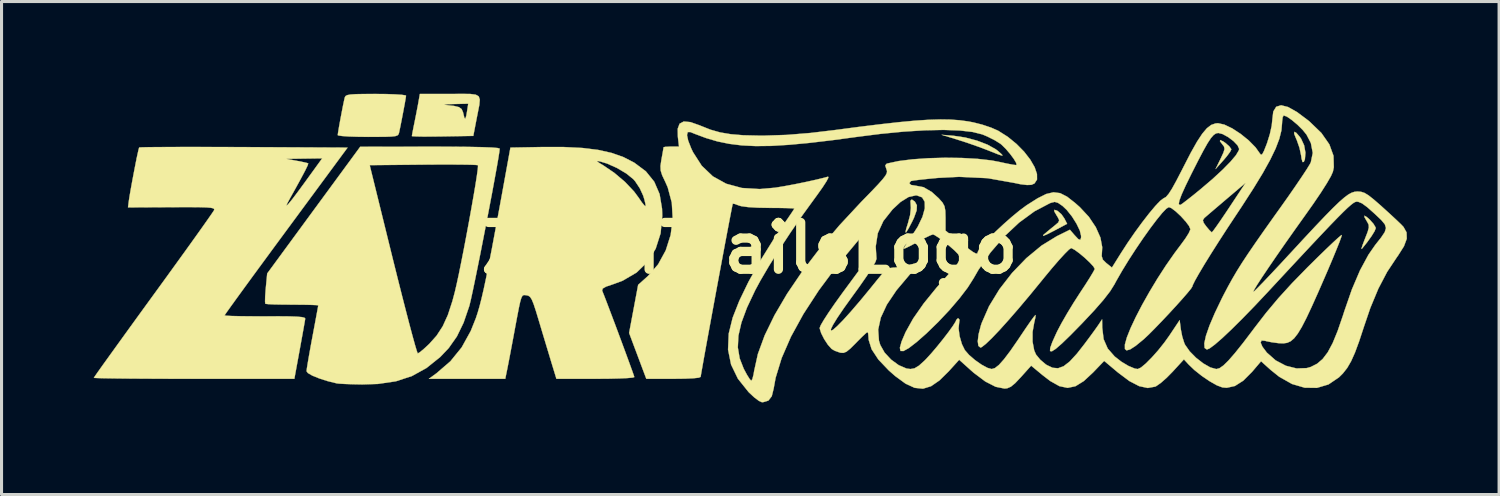
<source format=kicad_pcb>
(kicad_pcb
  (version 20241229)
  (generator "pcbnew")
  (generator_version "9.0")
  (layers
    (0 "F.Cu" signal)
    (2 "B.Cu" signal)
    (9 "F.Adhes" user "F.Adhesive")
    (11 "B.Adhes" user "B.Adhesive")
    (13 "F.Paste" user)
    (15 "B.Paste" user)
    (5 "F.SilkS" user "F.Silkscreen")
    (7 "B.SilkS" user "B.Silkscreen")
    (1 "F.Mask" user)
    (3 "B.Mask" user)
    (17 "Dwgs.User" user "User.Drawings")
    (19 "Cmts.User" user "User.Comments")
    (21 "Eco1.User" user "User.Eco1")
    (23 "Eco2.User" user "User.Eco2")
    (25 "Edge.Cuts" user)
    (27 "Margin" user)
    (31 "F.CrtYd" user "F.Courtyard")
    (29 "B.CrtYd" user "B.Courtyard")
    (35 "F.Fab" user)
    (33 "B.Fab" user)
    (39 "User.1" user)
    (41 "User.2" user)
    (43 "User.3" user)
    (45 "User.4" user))
  (footprint "ZueriTrailsLogo"
    (layer "F.Cu")
    (at 21.341 5.024)
    (property "Reference" "ZueriTrailsLogo" (at 0 0 0) (layer "F.SilkS") (effects (font (size 1.524 1.524) (thickness 0.3))))
    (attr through_hole)
    (fp_poly (pts (xy 17.797 -3.752) (xy 17.909 -3.623) (xy 17.955 -3.558) (xy 18.053 -3.344) (xy 18.096 -3.104) (xy 18.078 -2.889) (xy 18.042 -2.805) (xy 18.001 -2.799) (xy 17.968 -2.918) (xy 17.956 -3.008) (xy 17.903 -3.259) (xy 17.815 -3.512) (xy 17.795 -3.556) (xy 17.729 -3.719) (xy 17.734 -3.784) (xy 17.797 -3.752)) (stroke (width 0.01) (type solid)) (fill yes) (layer "F.SilkS"))
    (fp_poly (pts (xy 5.383 -1.513) (xy 5.385 -1.511) (xy 5.45 -1.392) (xy 5.442 -1.225) (xy 5.356 -0.989) (xy 5.298 -0.866) (xy 5.176 -0.633) (xy 5.103 -0.516) (xy 5.077 -0.514) (xy 5.102 -0.627) (xy 5.158 -0.805) (xy 5.229 -1.074) (xy 5.254 -1.306) (xy 5.249 -1.38) (xy 5.24 -1.539) (xy 5.284 -1.583) (xy 5.383 -1.513)) (stroke (width 0.01) (type solid)) (fill yes) (layer "F.SilkS"))
    (fp_poly (pts (xy 15.418 -3.472) (xy 15.494 -3.419) (xy 15.618 -3.31) (xy 15.681 -3.222) (xy 15.683 -3.211) (xy 15.642 -3.13) (xy 15.539 -2.991) (xy 15.426 -2.857) (xy 15.17 -2.572) (xy 15.336 -2.911) (xy 15.426 -3.105) (xy 15.462 -3.223) (xy 15.447 -3.302) (xy 15.403 -3.361) (xy 15.314 -3.477) (xy 15.322 -3.516) (xy 15.418 -3.472)) (stroke (width 0.01) (type solid)) (fill yes) (layer "F.SilkS"))
    (fp_poly (pts (xy 6.645 -3.655) (xy 7.025 -3.598) (xy 7.406 -3.497) (xy 7.75 -3.365) (xy 8.018 -3.215) (xy 8.076 -3.17) (xy 8.189 -3.072) (xy 8.239 -3.019) (xy 8.214 -3.011) (xy 8.101 -3.048) (xy 7.888 -3.132) (xy 7.764 -3.182) (xy 7.467 -3.294) (xy 7.12 -3.416) (xy 6.796 -3.521) (xy 6.78 -3.527) (xy 6.255 -3.687) (xy 6.645 -3.655)) (stroke (width 0.01) (type solid)) (fill yes) (layer "F.SilkS"))
    (fp_poly (pts (xy 9.998 -1.224) (xy 10.032 -1.207) (xy 10.154 -1.101) (xy 10.249 -0.965) (xy 10.339 -0.79) (xy 9.884 -0.549) (xy 9.671 -0.441) (xy 9.563 -0.398) (xy 9.561 -0.422) (xy 9.588 -0.448) (xy 9.755 -0.588) (xy 9.932 -0.731) (xy 9.933 -0.732) (xy 10.051 -0.833) (xy 10.081 -0.908) (xy 10.034 -1.006) (xy 10.012 -1.04) (xy 9.925 -1.187) (xy 9.92 -1.245) (xy 9.998 -1.224)) (stroke (width 0.01) (type solid)) (fill yes) (layer "F.SilkS"))
    (fp_poly (pts (xy 20.097 -1.007) (xy 20.193 -0.921) (xy 20.313 -0.785) (xy 20.379 -0.672) (xy 20.384 -0.648) (xy 20.346 -0.55) (xy 20.245 -0.387) (xy 20.104 -0.19) (xy 19.942 0.012) (xy 19.927 0.03) (xy 19.921 0.008) (xy 19.958 -0.107) (xy 20.028 -0.29) (xy 20.036 -0.31) (xy 20.121 -0.528) (xy 20.158 -0.666) (xy 20.153 -0.761) (xy 20.109 -0.849) (xy 20.101 -0.861) (xy 20.017 -1.006) (xy 20.017 -1.055) (xy 20.097 -1.007)) (stroke (width 0.01) (type solid)) (fill yes) (layer "F.SilkS"))
    (fp_poly (pts (xy -11.819 -5.013) (xy -11.533 -5.003) (xy -11.318 -4.989) (xy -11.196 -4.971) (xy -11.176 -4.96) (xy -11.188 -4.877) (xy -11.218 -4.702) (xy -11.262 -4.468) (xy -11.312 -4.206) (xy -11.363 -3.948) (xy -11.402 -3.762) (xy -11.418 -3.708) (xy -11.451 -3.67) (xy -11.52 -3.645) (xy -11.645 -3.63) (xy -11.845 -3.622) (xy -12.139 -3.62) (xy -12.415 -3.619) (xy -12.753 -3.623) (xy -13.04 -3.632) (xy -13.256 -3.647) (xy -13.378 -3.665) (xy -13.399 -3.676) (xy -13.387 -3.767) (xy -13.357 -3.947) (xy -13.315 -4.18) (xy -13.268 -4.429) (xy -13.223 -4.659) (xy -13.186 -4.834) (xy -13.169 -4.905) (xy -13.145 -4.948) (xy -13.09 -4.978) (xy -12.984 -4.998) (xy -12.809 -5.01) (xy -12.546 -5.015) (xy -12.176 -5.016) (xy -12.156 -5.016) (xy -11.819 -5.013)) (stroke (width 0.01) (type solid)) (fill yes) (layer "F.SilkS"))
    (fp_poly (pts (xy -9.086 -5.016) (xy -8.908 -4.993) (xy -8.81 -4.937) (xy -8.776 -4.832) (xy -8.79 -4.665) (xy -8.838 -4.421) (xy -8.877 -4.223) (xy -8.987 -3.651) (xy -9.986 -3.634) (xy -10.326 -3.63) (xy -10.616 -3.629) (xy -10.836 -3.633) (xy -10.963 -3.64) (xy -10.986 -3.645) (xy -10.974 -3.718) (xy -10.943 -3.88) (xy -10.899 -4.098) (xy -10.897 -4.107) (xy -10.845 -4.369) (xy -10.797 -4.618) (xy -10.787 -4.671) (xy -9.928 -4.671) (xy -9.914 -4.66) (xy -9.874 -4.656) (xy -9.615 -4.627) (xy -9.456 -4.588) (xy -9.367 -4.524) (xy -9.322 -4.422) (xy -9.31 -4.372) (xy -9.276 -4.234) (xy -9.246 -4.212) (xy -9.215 -4.309) (xy -9.189 -4.461) (xy -9.152 -4.699) (xy -9.64 -4.688) (xy -9.832 -4.681) (xy -9.928 -4.671) (xy -10.787 -4.671) (xy -10.768 -4.778) (xy -10.726 -5.016) (xy -9.744 -5.016) (xy -9.36 -5.019) (xy -9.086 -5.016)) (stroke (width 0.01) (type solid)) (fill yes) (layer "F.SilkS"))
    (fp_poly (pts (xy -17.384 -3.29) (xy -16.758 -3.288) (xy -16.455 -3.287) (xy -13.079 -3.27) (xy -15.08 -0.559) (xy -15.461 -0.042) (xy -15.818 0.444) (xy -16.145 0.889) (xy -16.434 1.285) (xy -16.678 1.621) (xy -16.871 1.888) (xy -17.005 2.076) (xy -17.074 2.176) (xy -17.081 2.19) (xy -17.021 2.201) (xy -16.852 2.21) (xy -16.594 2.216) (xy -16.265 2.22) (xy -15.883 2.221) (xy -15.764 2.221) (xy -15.308 2.22) (xy -14.966 2.223) (xy -14.724 2.232) (xy -14.567 2.246) (xy -14.483 2.266) (xy -14.457 2.294) (xy -14.457 2.298) (xy -14.472 2.387) (xy -14.505 2.577) (xy -14.553 2.844) (xy -14.611 3.162) (xy -14.639 3.318) (xy -14.811 4.255) (xy -18.073 4.255) (xy -18.704 4.254) (xy -19.294 4.252) (xy -19.832 4.249) (xy -20.307 4.246) (xy -20.705 4.241) (xy -21.017 4.236) (xy -21.229 4.23) (xy -21.329 4.224) (xy -21.336 4.222) (xy -21.3 4.166) (xy -21.196 4.017) (xy -21.031 3.785) (xy -20.811 3.479) (xy -20.545 3.11) (xy -20.239 2.686) (xy -19.9 2.218) (xy -19.535 1.715) (xy -19.399 1.528) (xy -19.024 1.012) (xy -18.672 0.525) (xy -18.349 0.078) (xy -18.063 -0.321) (xy -17.821 -0.66) (xy -17.63 -0.931) (xy -17.497 -1.122) (xy -17.429 -1.224) (xy -17.423 -1.236) (xy -17.42 -1.269) (xy -17.452 -1.294) (xy -17.533 -1.312) (xy -17.677 -1.324) (xy -17.899 -1.33) (xy -18.214 -1.333) (xy -18.636 -1.332) (xy -18.804 -1.331) (xy -20.225 -1.324) (xy -20.204 -1.493) (xy -20.179 -1.661) (xy -20.138 -1.9) (xy -20.087 -2.181) (xy -20.031 -2.477) (xy -19.976 -2.762) (xy -19.947 -2.904) (xy -15.081 -2.904) (xy -14.732 -2.84) (xy -14.537 -2.801) (xy -14.4 -2.77) (xy -14.359 -2.756) (xy -14.378 -2.691) (xy -14.459 -2.523) (xy -14.599 -2.259) (xy -14.795 -1.902) (xy -14.971 -1.587) (xy -15.053 -1.433) (xy -15.065 -1.382) (xy -15.007 -1.435) (xy -14.88 -1.589) (xy -14.687 -1.845) (xy -14.427 -2.199) (xy -14.422 -2.207) (xy -13.904 -2.921) (xy -15.081 -2.904) (xy -19.947 -2.904) (xy -19.926 -3.007) (xy -19.886 -3.186) (xy -19.863 -3.271) (xy -19.861 -3.274) (xy -19.794 -3.279) (xy -19.611 -3.284) (xy -19.326 -3.287) (xy -18.948 -3.289) (xy -18.491 -3.291) (xy -17.966 -3.291) (xy -17.384 -3.29)) (stroke (width 0.01) (type solid)) (fill yes) (layer "F.SilkS"))
    (fp_poly (pts (xy -5.444 -3.259) (xy -4.928 -3.196) (xy -4.485 -3.097) (xy -4.098 -2.96) (xy -3.75 -2.781) (xy -3.749 -2.78) (xy -3.37 -2.497) (xy -3.098 -2.16) (xy -2.924 -1.758) (xy -2.844 -1.278) (xy -2.837 -1.046) (xy -2.891 -0.48) (xy -3.051 0.019) (xy -3.313 0.447) (xy -3.673 0.796) (xy -4.125 1.061) (xy -4.45 1.181) (xy -4.664 1.253) (xy -4.772 1.314) (xy -4.795 1.377) (xy -4.79 1.394) (xy -4.723 1.561) (xy -4.629 1.806) (xy -4.514 2.11) (xy -4.385 2.451) (xy -4.251 2.81) (xy -4.119 3.166) (xy -3.996 3.499) (xy -3.89 3.789) (xy -3.808 4.016) (xy -3.758 4.159) (xy -3.747 4.199) (xy -3.807 4.216) (xy -3.975 4.231) (xy -4.232 4.243) (xy -4.56 4.251) (xy -4.938 4.254) (xy -5.014 4.255) (xy -6.282 4.255) (xy -6.442 3.731) (xy -6.524 3.459) (xy -6.629 3.112) (xy -6.743 2.733) (xy -6.848 2.381) (xy -6.949 2.048) (xy -7.025 1.818) (xy -7.086 1.671) (xy -7.14 1.588) (xy -7.198 1.549) (xy -7.257 1.536) (xy -7.312 1.529) (xy -7.355 1.531) (xy -7.391 1.558) (xy -7.425 1.625) (xy -7.461 1.748) (xy -7.503 1.94) (xy -7.557 2.218) (xy -7.628 2.596) (xy -7.682 2.889) (xy -7.743 3.213) (xy -7.803 3.53) (xy -7.854 3.794) (xy -7.879 3.921) (xy -7.947 4.255) (xy -10.433 4.255) (xy -10.185 4.074) (xy -9.733 3.685) (xy -9.366 3.233) (xy -9.069 2.696) (xy -8.904 2.283) (xy -8.845 2.104) (xy -8.784 1.895) (xy -8.72 1.645) (xy -8.65 1.344) (xy -8.572 0.979) (xy -8.484 0.54) (xy -8.382 0.016) (xy -8.266 -0.605) (xy -8.131 -1.333) (xy -8.044 -1.81) (xy -7.861 -2.817) (xy -4.956 -2.817) (xy -4.859 -2.753) (xy -4.764 -2.697) (xy -4.4 -2.45) (xy -4.05 -2.154) (xy -3.755 -1.842) (xy -3.612 -1.649) (xy -3.5 -1.486) (xy -3.415 -1.383) (xy -3.38 -1.361) (xy -3.383 -1.432) (xy -3.42 -1.583) (xy -3.457 -1.704) (xy -3.566 -1.942) (xy -3.717 -2.171) (xy -3.778 -2.242) (xy -4.009 -2.429) (xy -4.312 -2.608) (xy -4.635 -2.752) (xy -4.858 -2.819) (xy -4.953 -2.836) (xy -4.956 -2.817) (xy -7.861 -2.817) (xy -7.779 -3.27) (xy -6.763 -3.289) (xy -6.05 -3.289) (xy -5.444 -3.259)) (stroke (width 0.01) (type solid)) (fill yes) (layer "F.SilkS"))
    (fp_poly (pts (xy -9.707 -3.299) (xy -9.141 -3.294) (xy -8.702 -3.285) (xy -8.387 -3.273) (xy -8.196 -3.257) (xy -8.128 -3.237) (xy -8.128 -3.236) (xy -8.14 -3.129) (xy -8.174 -2.914) (xy -8.227 -2.609) (xy -8.296 -2.23) (xy -8.376 -1.795) (xy -8.466 -1.321) (xy -8.561 -0.824) (xy -8.659 -0.321) (xy -8.755 0.17) (xy -8.848 0.632) (xy -8.933 1.049) (xy -9.007 1.404) (xy -9.067 1.679) (xy -9.11 1.857) (xy -9.117 1.884) (xy -9.303 2.428) (xy -9.521 2.876) (xy -9.789 3.256) (xy -10.061 3.542) (xy -10.509 3.902) (xy -10.983 4.164) (xy -11.505 4.335) (xy -12.096 4.422) (xy -12.602 4.438) (xy -12.9 4.432) (xy -13.16 4.423) (xy -13.351 4.412) (xy -13.43 4.403) (xy -13.729 4.329) (xy -14.003 4.241) (xy -14.225 4.151) (xy -14.37 4.067) (xy -14.414 4.008) (xy -14.403 3.913) (xy -14.371 3.717) (xy -14.324 3.443) (xy -14.265 3.116) (xy -14.224 2.897) (xy -14.16 2.556) (xy -14.105 2.261) (xy -14.063 2.034) (xy -14.038 1.897) (xy -14.034 1.865) (xy -14.093 1.856) (xy -14.256 1.849) (xy -14.5 1.844) (xy -14.801 1.842) (xy -14.88 1.841) (xy -15.195 1.839) (xy -15.461 1.834) (xy -15.654 1.825) (xy -15.751 1.814) (xy -15.756 1.812) (xy -15.765 1.739) (xy -15.761 1.573) (xy -15.745 1.347) (xy -15.741 1.305) (xy -15.695 0.827) (xy -14.182 -1.235) (xy -13.107 -2.699) (xy -12.359 -2.699) (xy -11.604 0.365) (xy -11.454 0.967) (xy -11.312 1.53) (xy -11.181 2.041) (xy -11.064 2.491) (xy -10.964 2.865) (xy -10.884 3.154) (xy -10.827 3.345) (xy -10.797 3.427) (xy -10.794 3.429) (xy -10.725 3.388) (xy -10.594 3.279) (xy -10.43 3.127) (xy -10.424 3.122) (xy -10.181 2.85) (xy -9.982 2.544) (xy -9.815 2.178) (xy -9.667 1.725) (xy -9.589 1.432) (xy -9.53 1.179) (xy -9.459 0.852) (xy -9.381 0.467) (xy -9.297 0.042) (xy -9.212 -0.405) (xy -9.128 -0.857) (xy -9.049 -1.296) (xy -8.977 -1.705) (xy -8.916 -2.066) (xy -8.87 -2.361) (xy -8.841 -2.573) (xy -8.833 -2.685) (xy -8.835 -2.697) (xy -8.906 -2.706) (xy -9.086 -2.713) (xy -9.361 -2.717) (xy -9.712 -2.719) (xy -10.124 -2.719) (xy -10.579 -2.716) (xy -10.615 -2.716) (xy -12.359 -2.699) (xy -13.107 -2.699) (xy -12.668 -3.297) (xy -10.398 -3.3) (xy -9.707 -3.299)) (stroke (width 0.01) (type solid)) (fill yes) (layer "F.SilkS"))
    (fp_poly (pts (xy 17.53 -4.591) (xy 17.822 -4.427) (xy 18.182 -4.157) (xy 18.227 -4.12) (xy 18.614 -3.747) (xy 18.874 -3.375) (xy 19.009 -3.003) (xy 19.019 -2.63) (xy 18.989 -2.485) (xy 18.925 -2.341) (xy 18.792 -2.11) (xy 18.598 -1.805) (xy 18.351 -1.441) (xy 18.097 -1.082) (xy 17.752 -0.598) (xy 17.43 -0.142) (xy 17.139 0.277) (xy 16.886 0.647) (xy 16.677 0.958) (xy 16.521 1.199) (xy 16.424 1.36) (xy 16.395 1.429) (xy 16.395 1.431) (xy 16.442 1.392) (xy 16.564 1.271) (xy 16.749 1.08) (xy 16.985 0.831) (xy 17.262 0.536) (xy 17.568 0.205) (xy 17.58 0.193) (xy 18.037 -0.302) (xy 18.418 -0.71) (xy 18.732 -1.04) (xy 18.987 -1.3) (xy 19.192 -1.498) (xy 19.357 -1.642) (xy 19.489 -1.741) (xy 19.598 -1.801) (xy 19.693 -1.832) (xy 19.782 -1.841) (xy 19.791 -1.842) (xy 19.906 -1.832) (xy 20.018 -1.796) (xy 20.148 -1.717) (xy 20.32 -1.581) (xy 20.557 -1.375) (xy 20.606 -1.33) (xy 20.84 -1.118) (xy 21.048 -0.925) (xy 21.206 -0.774) (xy 21.288 -0.688) (xy 21.387 -0.51) (xy 21.393 -0.305) (xy 21.302 -0.06) (xy 21.111 0.242) (xy 21.074 0.293) (xy 20.754 0.775) (xy 20.469 1.319) (xy 20.207 1.949) (xy 19.997 2.566) (xy 19.843 3.034) (xy 19.708 3.4) (xy 19.582 3.682) (xy 19.454 3.902) (xy 19.313 4.081) (xy 19.186 4.207) (xy 18.845 4.438) (xy 18.47 4.549) (xy 18.072 4.544) (xy 17.658 4.423) (xy 17.241 4.187) (xy 16.963 3.964) (xy 16.651 3.684) (xy 16.361 4.025) (xy 16.072 4.315) (xy 15.8 4.488) (xy 15.535 4.547) (xy 15.395 4.535) (xy 15.215 4.468) (xy 14.98 4.335) (xy 14.722 4.16) (xy 14.478 3.966) (xy 14.294 3.789) (xy 14.141 3.622) (xy 13.772 4.025) (xy 13.578 4.222) (xy 13.389 4.388) (xy 13.239 4.493) (xy 13.21 4.508) (xy 12.963 4.553) (xy 12.684 4.493) (xy 12.363 4.326) (xy 11.995 4.05) (xy 11.545 3.672) (xy 11.186 4.046) (xy 10.884 4.327) (xy 10.613 4.495) (xy 10.355 4.55) (xy 10.087 4.493) (xy 9.789 4.326) (xy 9.538 4.133) (xy 9.169 3.827) (xy 8.835 4.199) (xy 8.648 4.397) (xy 8.508 4.512) (xy 8.389 4.563) (xy 8.302 4.572) (xy 8.013 4.514) (xy 7.677 4.342) (xy 7.3 4.059) (xy 7.207 3.977) (xy 6.826 3.635) (xy 6.486 4.01) (xy 6.186 4.306) (xy 5.912 4.495) (xy 5.648 4.576) (xy 5.376 4.548) (xy 5.081 4.412) (xy 4.746 4.167) (xy 4.533 3.98) (xy 4.196 3.626) (xy 3.977 3.293) (xy 3.88 2.985) (xy 3.875 2.905) (xy 3.864 2.778) (xy 3.843 2.731) (xy 3.788 2.773) (xy 3.668 2.885) (xy 3.508 3.045) (xy 3.467 3.088) (xy 3.285 3.269) (xy 3.16 3.371) (xy 3.062 3.411) (xy 2.965 3.406) (xy 2.942 3.4) (xy 2.778 3.342) (xy 2.675 3.282) (xy 2.555 3.148) (xy 2.432 2.961) (xy 2.334 2.767) (xy 2.294 2.638) (xy 2.651 2.638) (xy 2.655 2.69) (xy 2.724 2.657) (xy 2.856 2.541) (xy 3.048 2.346) (xy 3.295 2.073) (xy 3.595 1.724) (xy 3.943 1.302) (xy 4.163 1.029) (xy 4.329 0.829) (xy 4.451 0.71) (xy 4.556 0.653) (xy 4.674 0.636) (xy 4.705 0.636) (xy 4.906 0.616) (xy 5.148 0.567) (xy 5.245 0.54) (xy 5.425 0.487) (xy 5.548 0.452) (xy 5.578 0.445) (xy 5.548 0.488) (xy 5.449 0.603) (xy 5.3 0.77) (xy 5.213 0.866) (xy 4.785 1.374) (xy 4.473 1.838) (xy 4.275 2.263) (xy 4.19 2.653) (xy 4.215 3.011) (xy 4.259 3.155) (xy 4.399 3.402) (xy 4.611 3.63) (xy 4.859 3.811) (xy 5.11 3.919) (xy 5.241 3.937) (xy 5.373 3.913) (xy 5.515 3.828) (xy 5.696 3.665) (xy 5.756 3.604) (xy 5.925 3.419) (xy 6.113 3.197) (xy 6.304 2.96) (xy 6.479 2.732) (xy 6.62 2.536) (xy 6.709 2.395) (xy 6.731 2.34) (xy 6.78 2.288) (xy 6.799 2.286) (xy 6.838 2.335) (xy 6.827 2.412) (xy 6.807 2.612) (xy 6.84 2.868) (xy 6.915 3.126) (xy 7.01 3.32) (xy 7.147 3.477) (xy 7.339 3.643) (xy 7.551 3.792) (xy 7.746 3.898) (xy 7.885 3.937) (xy 7.99 3.905) (xy 8.121 3.802) (xy 8.285 3.618) (xy 8.492 3.345) (xy 8.749 2.973) (xy 8.838 2.84) (xy 9.008 2.587) (xy 9.152 2.379) (xy 9.257 2.237) (xy 9.309 2.178) (xy 9.311 2.178) (xy 9.309 2.246) (xy 9.278 2.388) (xy 9.27 2.417) (xy 9.215 2.729) (xy 9.215 3.05) (xy 9.268 3.331) (xy 9.328 3.467) (xy 9.464 3.632) (xy 9.645 3.785) (xy 9.679 3.807) (xy 9.867 3.896) (xy 10.044 3.911) (xy 10.226 3.845) (xy 10.425 3.69) (xy 10.657 3.438) (xy 10.903 3.124) (xy 11.076 2.892) (xy 11.23 2.681) (xy 11.342 2.523) (xy 11.374 2.476) (xy 11.478 2.318) (xy 11.482 2.591) (xy 11.527 2.965) (xy 11.661 3.27) (xy 11.885 3.526) (xy 12.104 3.697) (xy 12.336 3.836) (xy 12.541 3.921) (xy 12.637 3.937) (xy 12.741 3.889) (xy 12.899 3.758) (xy 13.091 3.565) (xy 13.3 3.331) (xy 13.504 3.075) (xy 13.665 2.85) (xy 14.002 2.345) (xy 14.041 2.651) (xy 14.086 2.88) (xy 14.152 3.089) (xy 14.178 3.146) (xy 14.327 3.359) (xy 14.534 3.569) (xy 14.77 3.753) (xy 14.999 3.884) (xy 15.191 3.937) (xy 15.2 3.937) (xy 15.3 3.909) (xy 15.428 3.819) (xy 15.593 3.657) (xy 15.802 3.417) (xy 16.065 3.088) (xy 16.388 2.663) (xy 16.423 2.615) (xy 16.816 2.106) (xy 17.217 1.628) (xy 17.656 1.146) (xy 18.164 0.625) (xy 18.208 0.582) (xy 18.504 0.289) (xy 18.771 0.03) (xy 18.994 -0.182) (xy 19.161 -0.335) (xy 19.259 -0.417) (xy 19.279 -0.427) (xy 19.263 -0.363) (xy 19.204 -0.2) (xy 19.106 0.044) (xy 18.979 0.353) (xy 18.828 0.709) (xy 18.768 0.848) (xy 18.515 1.428) (xy 18.303 1.901) (xy 18.126 2.278) (xy 17.976 2.569) (xy 17.846 2.784) (xy 17.728 2.935) (xy 17.616 3.031) (xy 17.502 3.083) (xy 17.379 3.101) (xy 17.239 3.096) (xy 17.209 3.093) (xy 16.999 3.065) (xy 16.82 3.029) (xy 16.78 3.017) (xy 16.666 3.008) (xy 16.638 3.077) (xy 16.695 3.21) (xy 16.835 3.396) (xy 16.843 3.405) (xy 17.128 3.656) (xy 17.459 3.83) (xy 17.806 3.917) (xy 18.138 3.906) (xy 18.268 3.869) (xy 18.474 3.765) (xy 18.655 3.611) (xy 18.822 3.391) (xy 18.982 3.092) (xy 19.143 2.699) (xy 19.315 2.199) (xy 19.358 2.064) (xy 19.608 1.344) (xy 19.872 0.725) (xy 20.147 0.216) (xy 20.364 -0.097) (xy 20.559 -0.344) (xy 20.677 -0.52) (xy 20.717 -0.653) (xy 20.679 -0.775) (xy 20.563 -0.914) (xy 20.367 -1.1) (xy 20.343 -1.122) (xy 20.108 -1.331) (xy 19.937 -1.456) (xy 19.811 -1.508) (xy 19.754 -1.511) (xy 19.71 -1.498) (xy 19.652 -1.464) (xy 19.572 -1.402) (xy 19.464 -1.307) (xy 19.322 -1.17) (xy 19.139 -0.986) (xy 18.908 -0.748) (xy 18.623 -0.448) (xy 18.278 -0.082) (xy 17.866 0.359) (xy 17.38 0.881) (xy 16.87 1.43) (xy 16.436 1.891) (xy 16.039 2.299) (xy 15.687 2.648) (xy 15.387 2.931) (xy 15.148 3.138) (xy 14.977 3.265) (xy 14.888 3.302) (xy 14.813 3.25) (xy 14.804 3.097) (xy 14.858 2.852) (xy 14.973 2.522) (xy 15.147 2.113) (xy 15.377 1.634) (xy 15.435 1.52) (xy 15.575 1.254) (xy 15.714 1.003) (xy 15.862 0.751) (xy 16.029 0.484) (xy 16.227 0.184) (xy 16.465 -0.164) (xy 16.753 -0.576) (xy 17.102 -1.068) (xy 17.27 -1.302) (xy 17.528 -1.666) (xy 17.765 -2.008) (xy 17.97 -2.31) (xy 18.132 -2.555) (xy 18.237 -2.726) (xy 18.271 -2.791) (xy 18.334 -3.097) (xy 18.272 -3.42) (xy 18.131 -3.692) (xy 18.006 -3.846) (xy 17.838 -4.013) (xy 17.657 -4.165) (xy 17.497 -4.276) (xy 17.389 -4.318) (xy 17.355 -4.262) (xy 17.337 -4.122) (xy 17.335 -4.074) (xy 17.314 -3.832) (xy 17.246 -3.559) (xy 17.126 -3.243) (xy 16.949 -2.876) (xy 16.71 -2.445) (xy 16.403 -1.942) (xy 16.024 -1.355) (xy 15.836 -1.072) (xy 15.549 -0.638) (xy 15.276 -0.216) (xy 15.026 0.178) (xy 14.807 0.532) (xy 14.629 0.831) (xy 14.499 1.061) (xy 14.427 1.208) (xy 14.415 1.25) (xy 14.373 1.318) (xy 14.259 1.458) (xy 14.09 1.653) (xy 13.882 1.884) (xy 13.652 2.134) (xy 13.416 2.384) (xy 13.191 2.617) (xy 12.995 2.814) (xy 12.843 2.957) (xy 12.827 2.971) (xy 12.571 3.181) (xy 12.389 3.299) (xy 12.274 3.33) (xy 12.22 3.283) (xy 12.219 3.141) (xy 12.283 2.91) (xy 12.404 2.607) (xy 12.572 2.249) (xy 12.779 1.85) (xy 13.018 1.426) (xy 13.278 0.994) (xy 13.552 0.57) (xy 13.832 0.169) (xy 14.041 -0.11) (xy 14.188 -0.311) (xy 14.298 -0.486) (xy 14.349 -0.602) (xy 14.351 -0.616) (xy 14.306 -0.721) (xy 14.192 -0.873) (xy 14.159 -0.909) (xy 14.757 -0.909) (xy 14.784 -0.821) (xy 14.866 -0.707) (xy 14.971 -0.583) (xy 15.041 -0.517) (xy 15.05 -0.513) (xy 15.094 -0.563) (xy 15.194 -0.7) (xy 15.339 -0.908) (xy 15.514 -1.167) (xy 15.614 -1.317) (xy 16.147 -2.122) (xy 15.519 -1.59) (xy 15.275 -1.382) (xy 15.061 -1.2) (xy 14.898 -1.06) (xy 14.807 -0.982) (xy 14.803 -0.978) (xy 14.757 -0.909) (xy 14.159 -0.909) (xy 14.038 -1.041) (xy 13.874 -1.194) (xy 13.732 -1.301) (xy 13.65 -1.333) (xy 13.567 -1.282) (xy 13.429 -1.138) (xy 13.25 -0.918) (xy 13.04 -0.64) (xy 12.812 -0.319) (xy 12.576 0.029) (xy 12.345 0.385) (xy 12.131 0.734) (xy 11.944 1.06) (xy 11.878 1.183) (xy 11.738 1.407) (xy 11.522 1.686) (xy 11.222 2.029) (xy 10.833 2.443) (xy 10.806 2.471) (xy 10.449 2.835) (xy 10.172 3.103) (xy 9.971 3.278) (xy 9.843 3.36) (xy 9.783 3.351) (xy 9.789 3.25) (xy 9.857 3.06) (xy 9.983 2.781) (xy 10.024 2.695) (xy 10.158 2.442) (xy 10.34 2.125) (xy 10.547 1.785) (xy 10.754 1.463) (xy 10.931 1.194) (xy 11.079 0.961) (xy 11.185 0.785) (xy 11.237 0.686) (xy 11.239 0.676) (xy 11.193 0.595) (xy 11.074 0.467) (xy 10.914 0.316) (xy 10.741 0.171) (xy 10.587 0.058) (xy 10.482 0.002) (xy 10.469 0.00039) (xy 10.4 0.048) (xy 10.265 0.182) (xy 10.077 0.387) (xy 9.849 0.651) (xy 9.594 0.959) (xy 9.509 1.064) (xy 9.129 1.528) (xy 8.768 1.957) (xy 8.435 2.34) (xy 8.14 2.668) (xy 7.89 2.93) (xy 7.694 3.118) (xy 7.563 3.221) (xy 7.519 3.239) (xy 7.451 3.183) (xy 7.431 3.032) (xy 7.458 2.805) (xy 7.531 2.524) (xy 7.557 2.444) (xy 7.798 1.893) (xy 8.136 1.34) (xy 8.548 0.809) (xy 9.012 0.328) (xy 9.505 -0.08) (xy 10.006 -0.388) (xy 10.025 -0.397) (xy 10.43 -0.597) (xy 10.578 -0.425) (xy 10.701 -0.294) (xy 10.768 -0.266) (xy 10.793 -0.337) (xy 10.794 -0.397) (xy 10.753 -0.57) (xy 10.645 -0.794) (xy 10.496 -1.031) (xy 10.327 -1.242) (xy 10.193 -1.369) (xy 10.043 -1.472) (xy 9.935 -1.504) (xy 9.814 -1.474) (xy 9.773 -1.458) (xy 9.278 -1.197) (xy 8.778 -0.831) (xy 8.295 -0.378) (xy 7.847 0.141) (xy 7.454 0.708) (xy 7.292 0.989) (xy 7.102 1.288) (xy 6.833 1.639) (xy 6.506 2.021) (xy 6.141 2.408) (xy 5.76 2.778) (xy 5.442 3.058) (xy 5.188 3.254) (xy 5.013 3.351) (xy 4.916 3.348) (xy 4.896 3.245) (xy 4.952 3.04) (xy 5.083 2.734) (xy 5.085 2.731) (xy 5.328 2.295) (xy 5.668 1.807) (xy 6.095 1.281) (xy 6.406 0.933) (xy 6.626 0.69) (xy 6.766 0.516) (xy 6.835 0.391) (xy 6.843 0.296) (xy 6.8 0.21) (xy 6.779 0.183) (xy 6.67 0.072) (xy 6.509 -0.068) (xy 6.327 -0.214) (xy 6.155 -0.341) (xy 6.025 -0.424) (xy 5.974 -0.445) (xy 5.888 -0.415) (xy 5.724 -0.336) (xy 5.514 -0.224) (xy 5.459 -0.194) (xy 5.254 -0.082) (xy 5.1 -0.006) (xy 5.021 0.023) (xy 5.016 0.02) (xy 5.051 -0.047) (xy 5.14 -0.184) (xy 5.247 -0.338) (xy 5.478 -0.697) (xy 5.632 -1.019) (xy 5.708 -1.293) (xy 5.704 -1.508) (xy 5.619 -1.651) (xy 5.452 -1.713) (xy 5.413 -1.715) (xy 5.178 -1.662) (xy 4.917 -1.5) (xy 4.658 -1.259) (xy 4.358 -0.88) (xy 4.177 -0.485) (xy 4.11 -0.052) (xy 4.135 0.349) (xy 4.102 0.449) (xy 3.994 0.64) (xy 3.815 0.915) (xy 3.57 1.267) (xy 3.369 1.543) (xy 3.073 1.955) (xy 2.857 2.273) (xy 2.718 2.5) (xy 2.651 2.638) (xy 2.294 2.638) (xy 2.287 2.615) (xy 2.286 2.599) (xy 2.322 2.508) (xy 2.424 2.334) (xy 2.579 2.095) (xy 2.776 1.809) (xy 3.003 1.493) (xy 3.031 1.454) (xy 3.776 0.443) (xy 3.785 -0.528) (xy 3.539 -0.248) (xy 2.853 0.575) (xy 2.257 1.376) (xy 1.755 2.148) (xy 1.351 2.884) (xy 1.049 3.577) (xy 0.852 4.221) (xy 0.788 4.574) (xy 0.727 4.821) (xy 0.618 4.963) (xy 0.445 5.015) (xy 0.405 5.016) (xy 0.308 4.973) (xy 0.157 4.859) (xy -0.016 4.698) (xy -0.031 4.682) (xy -0.376 4.25) (xy -0.597 3.793) (xy -0.696 3.305) (xy -0.674 2.783) (xy -0.546 2.266) (xy -0.33 1.717) (xy -0.032 1.1) (xy 0.34 0.433) (xy 0.774 -0.265) (xy 1.118 -0.776) (xy 1.266 -0.99) (xy 1.382 -1.161) (xy 1.45 -1.266) (xy 1.46 -1.287) (xy 1.401 -1.294) (xy 1.238 -1.301) (xy 0.996 -1.306) (xy 0.698 -1.308) (xy 0.651 -1.308) (xy 0.266 -1.315) (xy -0.046 -1.334) (xy -0.265 -1.364) (xy -0.342 -1.386) (xy -0.474 -1.435) (xy -0.541 -1.447) (xy -0.542 -1.446) (xy -0.557 -1.382) (xy -0.591 -1.209) (xy -0.643 -0.941) (xy -0.709 -0.594) (xy -0.787 -0.183) (xy -0.873 0.277) (xy -0.965 0.77) (xy -1.06 1.28) (xy -1.155 1.794) (xy -1.247 2.295) (xy -1.334 2.768) (xy -1.413 3.199) (xy -1.48 3.57) (xy -1.533 3.869) (xy -1.57 4.078) (xy -1.587 4.183) (xy -1.587 4.192) (xy -1.649 4.218) (xy -1.823 4.237) (xy -2.098 4.25) (xy -2.46 4.254) (xy -2.472 4.255) (xy -3.356 4.255) (xy -3.482 3.921) (xy -3.574 3.675) (xy -3.683 3.384) (xy -3.762 3.175) (xy -3.916 2.762) (xy -3.769 1.979) (xy -3.622 1.196) (xy -3.305 0.912) (xy -2.973 0.531) (xy -2.724 0.076) (xy -2.564 -0.427) (xy -2.497 -0.954) (xy -2.527 -1.48) (xy -2.66 -1.978) (xy -2.739 -2.156) (xy -2.84 -2.369) (xy -2.889 -2.524) (xy -2.895 -2.672) (xy -2.867 -2.867) (xy -2.861 -2.898) (xy -2.825 -3.097) (xy -2.801 -3.237) (xy -2.794 -3.282) (xy -2.738 -3.295) (xy -2.597 -3.302) (xy -2.543 -3.302) (xy -2.292 -3.302) (xy -2.329 -3.618) (xy -2.331 -3.678) (xy -2.032 -3.678) (xy -1.994 -3.497) (xy -1.896 -3.247) (xy -1.838 -3.124) (xy -1.552 -2.679) (xy -1.191 -2.335) (xy -0.755 -2.094) (xy -0.246 -1.956) (xy 0.335 -1.921) (xy 0.834 -1.965) (xy 1.132 -2.014) (xy 1.482 -2.079) (xy 1.847 -2.154) (xy 2.185 -2.229) (xy 2.458 -2.296) (xy 2.56 -2.325) (xy 2.57 -2.292) (xy 2.507 -2.172) (xy 2.378 -1.973) (xy 2.19 -1.709) (xy 2.14 -1.641) (xy 1.736 -1.084) (xy 1.341 -0.513) (xy 0.97 0.05) (xy 0.637 0.581) (xy 0.358 1.056) (xy 0.186 1.374) (xy -0.08 1.937) (xy -0.261 2.425) (xy -0.359 2.852) (xy -0.378 3.234) (xy -0.318 3.589) (xy -0.186 3.927) (xy -0.081 4.122) (xy 0.007 4.262) (xy 0.059 4.318) (xy 0.06 4.318) (xy 0.096 4.261) (xy 0.134 4.115) (xy 0.154 3.994) (xy 0.275 3.446) (xy 0.497 2.84) (xy 0.816 2.185) (xy 1.224 1.49) (xy 1.716 0.765) (xy 2.286 0.018) (xy 2.928 -0.74) (xy 3.636 -1.501) (xy 3.674 -1.54) (xy 3.97 -1.844) (xy 4.187 -2.072) (xy 4.335 -2.238) (xy 4.426 -2.356) (xy 4.47 -2.44) (xy 4.478 -2.504) (xy 4.461 -2.563) (xy 4.458 -2.569) (xy 4.42 -2.687) (xy 4.46 -2.742) (xy 4.496 -2.755) (xy 4.854 -2.832) (xy 5.306 -2.889) (xy 5.821 -2.925) (xy 6.367 -2.94) (xy 6.912 -2.933) (xy 7.425 -2.904) (xy 7.875 -2.853) (xy 8.128 -2.805) (xy 8.373 -2.752) (xy 8.566 -2.715) (xy 8.677 -2.701) (xy 8.693 -2.704) (xy 8.682 -2.772) (xy 8.605 -2.902) (xy 8.485 -3.064) (xy 8.346 -3.227) (xy 8.209 -3.362) (xy 8.169 -3.395) (xy 7.985 -3.51) (xy 7.744 -3.631) (xy 7.579 -3.7) (xy 7.265 -3.779) (xy 6.84 -3.828) (xy 6.315 -3.846) (xy 5.704 -3.833) (xy 5.017 -3.79) (xy 4.268 -3.717) (xy 3.556 -3.627) (xy 2.693 -3.511) (xy 1.941 -3.422) (xy 1.285 -3.361) (xy 0.711 -3.326) (xy 0.205 -3.32) (xy -0.246 -3.342) (xy -0.657 -3.393) (xy -1.042 -3.472) (xy -1.414 -3.582) (xy -1.787 -3.721) (xy -1.921 -3.776) (xy -2.008 -3.775) (xy -2.032 -3.678) (xy -2.331 -3.678) (xy -2.335 -3.882) (xy -2.273 -4.048) (xy -2.137 -4.12) (xy -1.92 -4.1) (xy -1.616 -3.993) (xy -1.579 -3.977) (xy -1.267 -3.853) (xy -0.952 -3.764) (xy -0.606 -3.706) (xy -0.201 -3.672) (xy 0.292 -3.661) (xy 0.508 -3.661) (xy 1.218 -3.684) (xy 1.98 -3.746) (xy 2.762 -3.839) (xy 3.575 -3.946) (xy 4.276 -4.032) (xy 4.877 -4.099) (xy 5.392 -4.147) (xy 5.833 -4.176) (xy 6.213 -4.187) (xy 6.545 -4.182) (xy 6.842 -4.16) (xy 7.116 -4.123) (xy 7.289 -4.09) (xy 7.578 -4.017) (xy 7.866 -3.92) (xy 8.091 -3.821) (xy 8.092 -3.821) (xy 8.407 -3.622) (xy 8.692 -3.389) (xy 8.94 -3.137) (xy 9.139 -2.88) (xy 9.282 -2.633) (xy 9.358 -2.411) (xy 9.36 -2.23) (xy 9.277 -2.103) (xy 9.178 -2.059) (xy 9.036 -2.053) (xy 8.822 -2.078) (xy 8.623 -2.12) (xy 7.751 -2.275) (xy 6.823 -2.319) (xy 6.136 -2.284) (xy 5.823 -2.254) (xy 5.555 -2.226) (xy 5.36 -2.201) (xy 5.26 -2.183) (xy 5.255 -2.181) (xy 5.203 -2.112) (xy 5.258 -2.055) (xy 5.4 -2.032) (xy 5.401 -2.032) (xy 5.667 -1.982) (xy 5.934 -1.826) (xy 6.16 -1.621) (xy 6.282 -1.484) (xy 6.348 -1.363) (xy 6.376 -1.211) (xy 6.382 -0.981) (xy 6.382 -0.979) (xy 6.382 -0.569) (xy 6.858 -0.19) (xy 7.106 0.004) (xy 7.272 0.124) (xy 7.371 0.178) (xy 7.419 0.174) (xy 7.429 0.131) (xy 7.476 0.039) (xy 7.601 -0.116) (xy 7.789 -0.316) (xy 8.019 -0.544) (xy 8.274 -0.782) (xy 8.535 -1.012) (xy 8.783 -1.217) (xy 9.001 -1.379) (xy 9.025 -1.396) (xy 9.377 -1.619) (xy 9.658 -1.76) (xy 9.895 -1.816) (xy 10.112 -1.788) (xy 10.338 -1.673) (xy 10.596 -1.471) (xy 10.754 -1.331) (xy 11.046 -1.018) (xy 11.273 -0.679) (xy 11.423 -0.341) (xy 11.481 -0.031) (xy 11.476 0.079) (xy 11.465 0.261) (xy 11.502 0.377) (xy 11.609 0.483) (xy 11.62 0.492) (xy 11.798 0.634) (xy 12.088 0.17) (xy 12.309 -0.172) (xy 12.546 -0.515) (xy 12.784 -0.84) (xy 13.009 -1.13) (xy 13.209 -1.369) (xy 13.272 -1.435) (xy 13.973 -1.435) (xy 14.007 -1.402) (xy 14.03 -1.408) (xy 14.1 -1.454) (xy 14.246 -1.566) (xy 14.448 -1.725) (xy 14.683 -1.917) (xy 14.688 -1.921) (xy 15.071 -2.247) (xy 15.397 -2.548) (xy 15.655 -2.81) (xy 15.836 -3.025) (xy 15.928 -3.181) (xy 15.938 -3.229) (xy 15.886 -3.344) (xy 15.755 -3.481) (xy 15.581 -3.612) (xy 15.402 -3.71) (xy 15.26 -3.747) (xy 15.185 -3.732) (xy 15.108 -3.681) (xy 15.019 -3.58) (xy 14.911 -3.416) (xy 14.775 -3.175) (xy 14.602 -2.846) (xy 14.388 -2.424) (xy 14.196 -2.032) (xy 14.065 -1.742) (xy 13.992 -1.546) (xy 13.973 -1.435) (xy 13.272 -1.435) (xy 13.369 -1.537) (xy 13.476 -1.619) (xy 13.487 -1.623) (xy 13.557 -1.664) (xy 13.642 -1.762) (xy 13.751 -1.931) (xy 13.892 -2.186) (xy 14.075 -2.539) (xy 14.129 -2.645) (xy 14.366 -3.106) (xy 14.566 -3.461) (xy 14.737 -3.721) (xy 14.888 -3.9) (xy 15.029 -4.008) (xy 15.169 -4.057) (xy 15.251 -4.064) (xy 15.457 -4.018) (xy 15.713 -3.895) (xy 15.987 -3.716) (xy 16.25 -3.503) (xy 16.471 -3.278) (xy 16.609 -3.084) (xy 16.649 -3.037) (xy 16.691 -3.057) (xy 16.747 -3.163) (xy 16.829 -3.37) (xy 16.848 -3.421) (xy 16.937 -3.707) (xy 16.998 -3.985) (xy 17.018 -4.182) (xy 17.049 -4.443) (xy 17.144 -4.599) (xy 17.304 -4.648) (xy 17.53 -4.591)) (stroke (width 0.01) (type solid)) (fill yes) (layer "F.SilkS")))
  (gr_rect
    (start -3 -3)
    (end 45.739 13.045)
    (stroke (width 0.1) (type default))
    (fill no)
    (layer "Edge.Cuts")))
</source>
